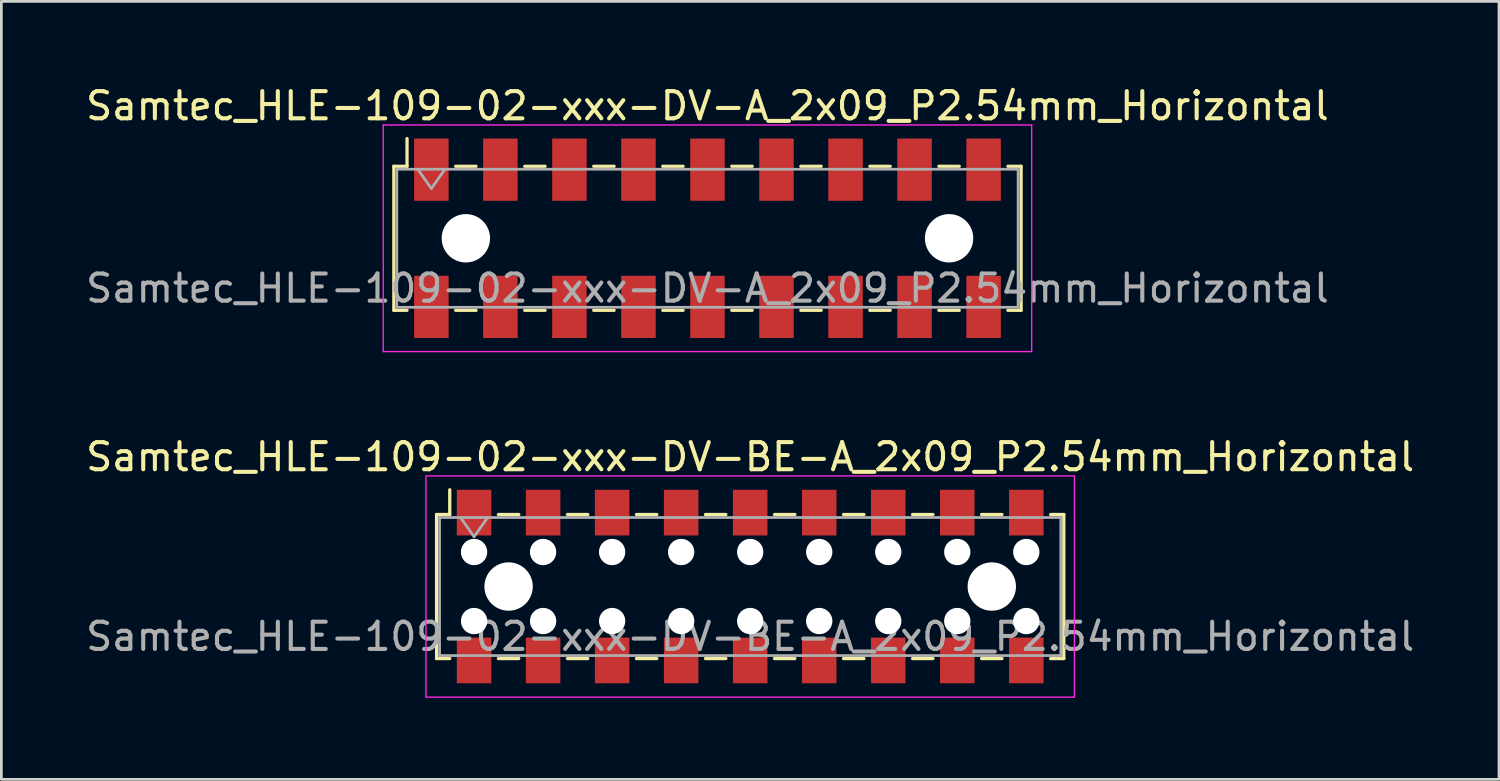
<source format=kicad_pcb>
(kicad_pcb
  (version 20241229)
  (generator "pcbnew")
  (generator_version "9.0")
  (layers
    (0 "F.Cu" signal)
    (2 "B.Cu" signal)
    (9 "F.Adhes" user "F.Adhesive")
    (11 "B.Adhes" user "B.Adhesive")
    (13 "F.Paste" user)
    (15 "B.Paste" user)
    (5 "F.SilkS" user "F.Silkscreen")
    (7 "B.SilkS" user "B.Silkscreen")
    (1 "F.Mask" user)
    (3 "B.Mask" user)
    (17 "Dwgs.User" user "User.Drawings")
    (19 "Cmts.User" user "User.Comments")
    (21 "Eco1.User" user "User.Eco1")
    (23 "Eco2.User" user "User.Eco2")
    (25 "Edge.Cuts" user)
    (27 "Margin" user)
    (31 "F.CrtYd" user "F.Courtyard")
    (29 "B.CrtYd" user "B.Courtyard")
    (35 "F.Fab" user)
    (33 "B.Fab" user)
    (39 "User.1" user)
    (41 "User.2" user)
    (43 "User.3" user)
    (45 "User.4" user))
  (footprint "Samtec_HLE-109-02-xxx-DV-A_2x09_P2.54mm_Horizontal"
    (layer "F.Cu")
    (at 22.982 5.718)
    (property "Reference" "Samtec_HLE-109-02-xxx-DV-A_2x09_P2.54mm_Horizontal" (at 0 -4.87 0) (layer "F.SilkS") (effects (font (size 1 1) (thickness 0.15))))
    (attr smd)
    (fp_line (start -11.54 -2.65) (end -11.54 2.65) (stroke (width 0.12) (type solid)) (layer "F.SilkS"))
    (fp_line (start -11.54 2.65) (end -11.055 2.65) (stroke (width 0.12) (type solid)) (layer "F.SilkS"))
    (fp_line (start -11.055 -3.67) (end -11.055 -2.65) (stroke (width 0.12) (type solid)) (layer "F.SilkS"))
    (fp_line (start -11.055 -2.65) (end -11.54 -2.65) (stroke (width 0.12) (type solid)) (layer "F.SilkS"))
    (fp_line (start -9.265 -2.65) (end -8.515 -2.65) (stroke (width 0.12) (type solid)) (layer "F.SilkS"))
    (fp_line (start -9.265 2.65) (end -8.515 2.65) (stroke (width 0.12) (type solid)) (layer "F.SilkS"))
    (fp_line (start -6.725 -2.65) (end -5.975 -2.65) (stroke (width 0.12) (type solid)) (layer "F.SilkS"))
    (fp_line (start -6.725 2.65) (end -5.975 2.65) (stroke (width 0.12) (type solid)) (layer "F.SilkS"))
    (fp_line (start -4.185 -2.65) (end -3.435 -2.65) (stroke (width 0.12) (type solid)) (layer "F.SilkS"))
    (fp_line (start -4.185 2.65) (end -3.435 2.65) (stroke (width 0.12) (type solid)) (layer "F.SilkS"))
    (fp_line (start -1.645 -2.65) (end -0.895 -2.65) (stroke (width 0.12) (type solid)) (layer "F.SilkS"))
    (fp_line (start -1.645 2.65) (end -0.895 2.65) (stroke (width 0.12) (type solid)) (layer "F.SilkS"))
    (fp_line (start 0.895 -2.65) (end 1.645 -2.65) (stroke (width 0.12) (type solid)) (layer "F.SilkS"))
    (fp_line (start 0.895 2.65) (end 1.645 2.65) (stroke (width 0.12) (type solid)) (layer "F.SilkS"))
    (fp_line (start 3.435 -2.65) (end 4.185 -2.65) (stroke (width 0.12) (type solid)) (layer "F.SilkS"))
    (fp_line (start 3.435 2.65) (end 4.185 2.65) (stroke (width 0.12) (type solid)) (layer "F.SilkS"))
    (fp_line (start 5.975 -2.65) (end 6.725 -2.65) (stroke (width 0.12) (type solid)) (layer "F.SilkS"))
    (fp_line (start 5.975 2.65) (end 6.725 2.65) (stroke (width 0.12) (type solid)) (layer "F.SilkS"))
    (fp_line (start 8.515 -2.65) (end 9.265 -2.65) (stroke (width 0.12) (type solid)) (layer "F.SilkS"))
    (fp_line (start 8.515 2.65) (end 9.265 2.65) (stroke (width 0.12) (type solid)) (layer "F.SilkS"))
    (fp_line (start 11.055 -2.65) (end 11.54 -2.65) (stroke (width 0.12) (type solid)) (layer "F.SilkS"))
    (fp_line (start 11.54 -2.65) (end 11.54 2.65) (stroke (width 0.12) (type solid)) (layer "F.SilkS"))
    (fp_line (start 11.54 2.65) (end 11.055 2.65) (stroke (width 0.12) (type solid)) (layer "F.SilkS"))
    (fp_line (start -11.93 -4.17) (end 11.93 -4.17) (stroke (width 0.05) (type solid)) (layer "F.CrtYd"))
    (fp_line (start -11.93 4.17) (end -11.93 -4.17) (stroke (width 0.05) (type solid)) (layer "F.CrtYd"))
    (fp_line (start 11.93 -4.17) (end 11.93 4.17) (stroke (width 0.05) (type solid)) (layer "F.CrtYd"))
    (fp_line (start 11.93 4.17) (end -11.93 4.17) (stroke (width 0.05) (type solid)) (layer "F.CrtYd"))
    (fp_line (start -11.43 -2.54) (end 11.43 -2.54) (stroke (width 0.1) (type solid)) (layer "F.Fab"))
    (fp_line (start -11.43 2.54) (end -11.43 -2.54) (stroke (width 0.1) (type solid)) (layer "F.Fab"))
    (fp_line (start -10.66 -2.54) (end -10.16 -1.833) (stroke (width 0.1) (type solid)) (layer "F.Fab"))
    (fp_line (start -10.16 -1.833) (end -9.66 -2.54) (stroke (width 0.1) (type solid)) (layer "F.Fab"))
    (fp_line (start 11.43 -2.54) (end 11.43 2.54) (stroke (width 0.1) (type solid)) (layer "F.Fab"))
    (fp_line (start 11.43 2.54) (end -11.43 2.54) (stroke (width 0.1) (type solid)) (layer "F.Fab"))
    (fp_text user "${REFERENCE}" (at 0 1.84 0) (layer "F.Fab") (effects (font (size 1 1) (thickness 0.15))))
    (pad "" np_thru_hole circle (at -8.89 0) (size 1.78 1.78) (drill 1.78) (layers "*.Cu" "*.Mask"))
    (pad "" np_thru_hole circle (at 8.89 0) (size 1.78 1.78) (drill 1.78) (layers "*.Cu" "*.Mask"))
    (pad "1" smd rect (at -10.16 -2.525) (size 1.27 2.29) (layers "F.Cu" "F.Mask" "F.Paste"))
    (pad "2" smd rect (at -10.16 2.525) (size 1.27 2.29) (layers "F.Cu" "F.Mask" "F.Paste"))
    (pad "3" smd rect (at -7.62 -2.525) (size 1.27 2.29) (layers "F.Cu" "F.Mask" "F.Paste"))
    (pad "4" smd rect (at -7.62 2.525) (size 1.27 2.29) (layers "F.Cu" "F.Mask" "F.Paste"))
    (pad "5" smd rect (at -5.08 -2.525) (size 1.27 2.29) (layers "F.Cu" "F.Mask" "F.Paste"))
    (pad "6" smd rect (at -5.08 2.525) (size 1.27 2.29) (layers "F.Cu" "F.Mask" "F.Paste"))
    (pad "7" smd rect (at -2.54 -2.525) (size 1.27 2.29) (layers "F.Cu" "F.Mask" "F.Paste"))
    (pad "8" smd rect (at -2.54 2.525) (size 1.27 2.29) (layers "F.Cu" "F.Mask" "F.Paste"))
    (pad "9" smd rect (at 0 -2.525) (size 1.27 2.29) (layers "F.Cu" "F.Mask" "F.Paste"))
    (pad "10" smd rect (at 0 2.525) (size 1.27 2.29) (layers "F.Cu" "F.Mask" "F.Paste"))
    (pad "11" smd rect (at 2.54 -2.525) (size 1.27 2.29) (layers "F.Cu" "F.Mask" "F.Paste"))
    (pad "12" smd rect (at 2.54 2.525) (size 1.27 2.29) (layers "F.Cu" "F.Mask" "F.Paste"))
    (pad "13" smd rect (at 5.08 -2.525) (size 1.27 2.29) (layers "F.Cu" "F.Mask" "F.Paste"))
    (pad "14" smd rect (at 5.08 2.525) (size 1.27 2.29) (layers "F.Cu" "F.Mask" "F.Paste"))
    (pad "15" smd rect (at 7.62 -2.525) (size 1.27 2.29) (layers "F.Cu" "F.Mask" "F.Paste"))
    (pad "16" smd rect (at 7.62 2.525) (size 1.27 2.29) (layers "F.Cu" "F.Mask" "F.Paste"))
    (pad "17" smd rect (at 10.16 -2.525) (size 1.27 2.29) (layers "F.Cu" "F.Mask" "F.Paste"))
    (pad "18" smd rect (at 10.16 2.525) (size 1.27 2.29) (layers "F.Cu" "F.Mask" "F.Paste")))
  (footprint "Samtec_HLE-109-02-xxx-DV-BE-A_2x09_P2.54mm_Horizontal"
    (layer "F.Cu")
    (at 24.554 18.532)
    (property "Reference" "Samtec_HLE-109-02-xxx-DV-BE-A_2x09_P2.54mm_Horizontal" (at 0 -4.77 0) (layer "F.SilkS") (effects (font (size 1 1) (thickness 0.15))))
    (attr smd)
    (fp_line (start -11.54 -2.65) (end -11.54 2.65) (stroke (width 0.12) (type solid)) (layer "F.SilkS"))
    (fp_line (start -11.54 2.65) (end -11.055 2.65) (stroke (width 0.12) (type solid)) (layer "F.SilkS"))
    (fp_line (start -11.055 -3.56) (end -11.055 -2.65) (stroke (width 0.12) (type solid)) (layer "F.SilkS"))
    (fp_line (start -11.055 -2.65) (end -11.54 -2.65) (stroke (width 0.12) (type solid)) (layer "F.SilkS"))
    (fp_line (start -9.265 -2.65) (end -8.515 -2.65) (stroke (width 0.12) (type solid)) (layer "F.SilkS"))
    (fp_line (start -9.265 2.65) (end -8.515 2.65) (stroke (width 0.12) (type solid)) (layer "F.SilkS"))
    (fp_line (start -6.725 -2.65) (end -5.975 -2.65) (stroke (width 0.12) (type solid)) (layer "F.SilkS"))
    (fp_line (start -6.725 2.65) (end -5.975 2.65) (stroke (width 0.12) (type solid)) (layer "F.SilkS"))
    (fp_line (start -4.185 -2.65) (end -3.435 -2.65) (stroke (width 0.12) (type solid)) (layer "F.SilkS"))
    (fp_line (start -4.185 2.65) (end -3.435 2.65) (stroke (width 0.12) (type solid)) (layer "F.SilkS"))
    (fp_line (start -1.645 -2.65) (end -0.895 -2.65) (stroke (width 0.12) (type solid)) (layer "F.SilkS"))
    (fp_line (start -1.645 2.65) (end -0.895 2.65) (stroke (width 0.12) (type solid)) (layer "F.SilkS"))
    (fp_line (start 0.895 -2.65) (end 1.645 -2.65) (stroke (width 0.12) (type solid)) (layer "F.SilkS"))
    (fp_line (start 0.895 2.65) (end 1.645 2.65) (stroke (width 0.12) (type solid)) (layer "F.SilkS"))
    (fp_line (start 3.435 -2.65) (end 4.185 -2.65) (stroke (width 0.12) (type solid)) (layer "F.SilkS"))
    (fp_line (start 3.435 2.65) (end 4.185 2.65) (stroke (width 0.12) (type solid)) (layer "F.SilkS"))
    (fp_line (start 5.975 -2.65) (end 6.725 -2.65) (stroke (width 0.12) (type solid)) (layer "F.SilkS"))
    (fp_line (start 5.975 2.65) (end 6.725 2.65) (stroke (width 0.12) (type solid)) (layer "F.SilkS"))
    (fp_line (start 8.515 -2.65) (end 9.265 -2.65) (stroke (width 0.12) (type solid)) (layer "F.SilkS"))
    (fp_line (start 8.515 2.65) (end 9.265 2.65) (stroke (width 0.12) (type solid)) (layer "F.SilkS"))
    (fp_line (start 11.055 -2.65) (end 11.54 -2.65) (stroke (width 0.12) (type solid)) (layer "F.SilkS"))
    (fp_line (start 11.54 -2.65) (end 11.54 2.65) (stroke (width 0.12) (type solid)) (layer "F.SilkS"))
    (fp_line (start 11.54 2.65) (end 11.055 2.65) (stroke (width 0.12) (type solid)) (layer "F.SilkS"))
    (fp_line (start -11.93 -4.07) (end 11.93 -4.07) (stroke (width 0.05) (type solid)) (layer "F.CrtYd"))
    (fp_line (start -11.93 4.07) (end -11.93 -4.07) (stroke (width 0.05) (type solid)) (layer "F.CrtYd"))
    (fp_line (start 11.93 -4.07) (end 11.93 4.07) (stroke (width 0.05) (type solid)) (layer "F.CrtYd"))
    (fp_line (start 11.93 4.07) (end -11.93 4.07) (stroke (width 0.05) (type solid)) (layer "F.CrtYd"))
    (fp_line (start -11.43 -2.54) (end 11.43 -2.54) (stroke (width 0.1) (type solid)) (layer "F.Fab"))
    (fp_line (start -11.43 2.54) (end -11.43 -2.54) (stroke (width 0.1) (type solid)) (layer "F.Fab"))
    (fp_line (start -10.66 -2.54) (end -10.16 -1.833) (stroke (width 0.1) (type solid)) (layer "F.Fab"))
    (fp_line (start -10.16 -1.833) (end -9.66 -2.54) (stroke (width 0.1) (type solid)) (layer "F.Fab"))
    (fp_line (start 11.43 -2.54) (end 11.43 2.54) (stroke (width 0.1) (type solid)) (layer "F.Fab"))
    (fp_line (start 11.43 2.54) (end -11.43 2.54) (stroke (width 0.1) (type solid)) (layer "F.Fab"))
    (fp_text user "${REFERENCE}" (at 0 1.84 0) (layer "F.Fab") (effects (font (size 1 1) (thickness 0.15))))
    (pad "" np_thru_hole circle (at -10.16 -1.27) (size 0.97 0.97) (drill 0.97) (layers "*.Cu" "*.Mask"))
    (pad "" np_thru_hole circle (at -10.16 1.27) (size 0.97 0.97) (drill 0.97) (layers "*.Cu" "*.Mask"))
    (pad "" np_thru_hole circle (at -8.89 0) (size 1.78 1.78) (drill 1.78) (layers "*.Cu" "*.Mask"))
    (pad "" np_thru_hole circle (at -7.62 -1.27) (size 0.97 0.97) (drill 0.97) (layers "*.Cu" "*.Mask"))
    (pad "" np_thru_hole circle (at -7.62 1.27) (size 0.97 0.97) (drill 0.97) (layers "*.Cu" "*.Mask"))
    (pad "" np_thru_hole circle (at -5.08 -1.27) (size 0.97 0.97) (drill 0.97) (layers "*.Cu" "*.Mask"))
    (pad "" np_thru_hole circle (at -5.08 1.27) (size 0.97 0.97) (drill 0.97) (layers "*.Cu" "*.Mask"))
    (pad "" np_thru_hole circle (at -2.54 -1.27) (size 0.97 0.97) (drill 0.97) (layers "*.Cu" "*.Mask"))
    (pad "" np_thru_hole circle (at -2.54 1.27) (size 0.97 0.97) (drill 0.97) (layers "*.Cu" "*.Mask"))
    (pad "" np_thru_hole circle (at 0 -1.27) (size 0.97 0.97) (drill 0.97) (layers "*.Cu" "*.Mask"))
    (pad "" np_thru_hole circle (at 0 1.27) (size 0.97 0.97) (drill 0.97) (layers "*.Cu" "*.Mask"))
    (pad "" np_thru_hole circle (at 2.54 -1.27) (size 0.97 0.97) (drill 0.97) (layers "*.Cu" "*.Mask"))
    (pad "" np_thru_hole circle (at 2.54 1.27) (size 0.97 0.97) (drill 0.97) (layers "*.Cu" "*.Mask"))
    (pad "" np_thru_hole circle (at 5.08 -1.27) (size 0.97 0.97) (drill 0.97) (layers "*.Cu" "*.Mask"))
    (pad "" np_thru_hole circle (at 5.08 1.27) (size 0.97 0.97) (drill 0.97) (layers "*.Cu" "*.Mask"))
    (pad "" np_thru_hole circle (at 7.62 -1.27) (size 0.97 0.97) (drill 0.97) (layers "*.Cu" "*.Mask"))
    (pad "" np_thru_hole circle (at 7.62 1.27) (size 0.97 0.97) (drill 0.97) (layers "*.Cu" "*.Mask"))
    (pad "" np_thru_hole circle (at 8.89 0) (size 1.78 1.78) (drill 1.78) (layers "*.Cu" "*.Mask"))
    (pad "" np_thru_hole circle (at 10.16 -1.27) (size 0.97 0.97) (drill 0.97) (layers "*.Cu" "*.Mask"))
    (pad "" np_thru_hole circle (at 10.16 1.27) (size 0.97 0.97) (drill 0.97) (layers "*.Cu" "*.Mask"))
    (pad "1" smd rect (at -10.16 -2.72) (size 1.27 1.68) (layers "F.Cu" "F.Mask" "F.Paste"))
    (pad "2" smd rect (at -10.16 2.72) (size 1.27 1.68) (layers "F.Cu" "F.Mask" "F.Paste"))
    (pad "3" smd rect (at -7.62 -2.72) (size 1.27 1.68) (layers "F.Cu" "F.Mask" "F.Paste"))
    (pad "4" smd rect (at -7.62 2.72) (size 1.27 1.68) (layers "F.Cu" "F.Mask" "F.Paste"))
    (pad "5" smd rect (at -5.08 -2.72) (size 1.27 1.68) (layers "F.Cu" "F.Mask" "F.Paste"))
    (pad "6" smd rect (at -5.08 2.72) (size 1.27 1.68) (layers "F.Cu" "F.Mask" "F.Paste"))
    (pad "7" smd rect (at -2.54 -2.72) (size 1.27 1.68) (layers "F.Cu" "F.Mask" "F.Paste"))
    (pad "8" smd rect (at -2.54 2.72) (size 1.27 1.68) (layers "F.Cu" "F.Mask" "F.Paste"))
    (pad "9" smd rect (at 0 -2.72) (size 1.27 1.68) (layers "F.Cu" "F.Mask" "F.Paste"))
    (pad "10" smd rect (at 0 2.72) (size 1.27 1.68) (layers "F.Cu" "F.Mask" "F.Paste"))
    (pad "11" smd rect (at 2.54 -2.72) (size 1.27 1.68) (layers "F.Cu" "F.Mask" "F.Paste"))
    (pad "12" smd rect (at 2.54 2.72) (size 1.27 1.68) (layers "F.Cu" "F.Mask" "F.Paste"))
    (pad "13" smd rect (at 5.08 -2.72) (size 1.27 1.68) (layers "F.Cu" "F.Mask" "F.Paste"))
    (pad "14" smd rect (at 5.08 2.72) (size 1.27 1.68) (layers "F.Cu" "F.Mask" "F.Paste"))
    (pad "15" smd rect (at 7.62 -2.72) (size 1.27 1.68) (layers "F.Cu" "F.Mask" "F.Paste"))
    (pad "16" smd rect (at 7.62 2.72) (size 1.27 1.68) (layers "F.Cu" "F.Mask" "F.Paste"))
    (pad "17" smd rect (at 10.16 -2.72) (size 1.27 1.68) (layers "F.Cu" "F.Mask" "F.Paste"))
    (pad "18" smd rect (at 10.16 2.72) (size 1.27 1.68) (layers "F.Cu" "F.Mask" "F.Paste")))
  (gr_rect
    (start -3 -3)
    (end 52.107 25.627)
    (stroke (width 0.1) (type default))
    (fill no)
    (layer "Edge.Cuts")))
</source>
